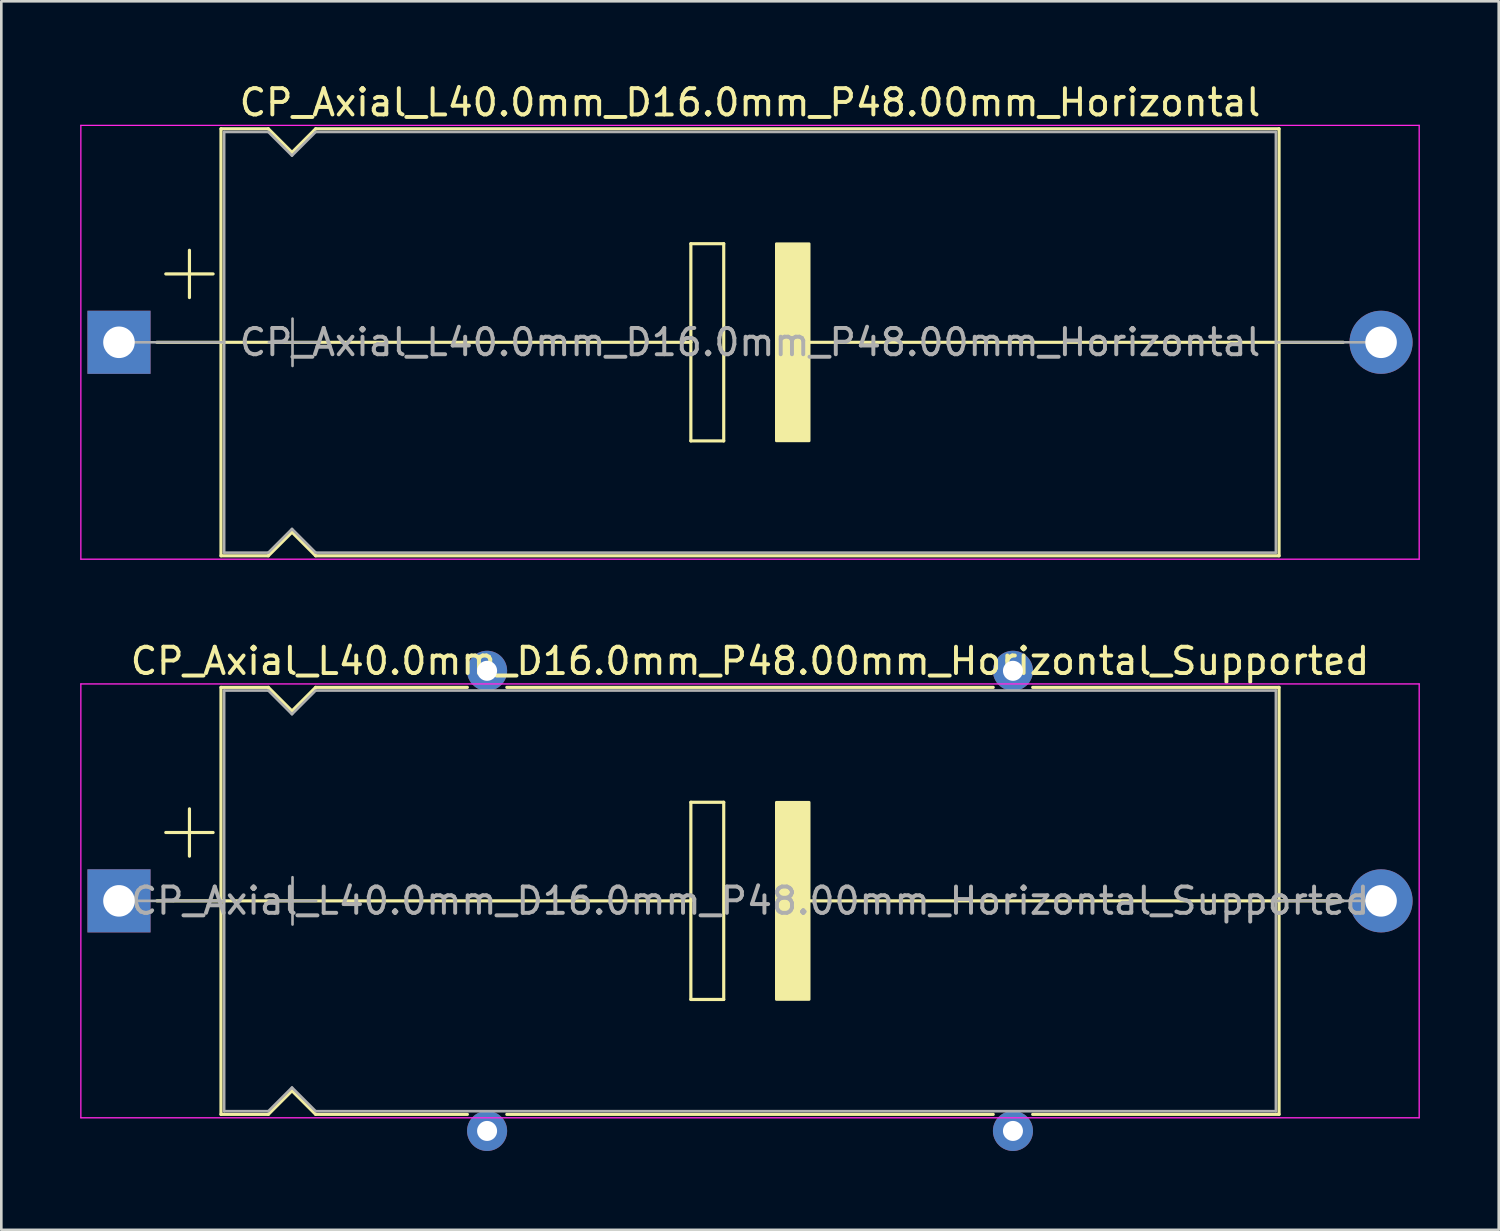
<source format=kicad_pcb>
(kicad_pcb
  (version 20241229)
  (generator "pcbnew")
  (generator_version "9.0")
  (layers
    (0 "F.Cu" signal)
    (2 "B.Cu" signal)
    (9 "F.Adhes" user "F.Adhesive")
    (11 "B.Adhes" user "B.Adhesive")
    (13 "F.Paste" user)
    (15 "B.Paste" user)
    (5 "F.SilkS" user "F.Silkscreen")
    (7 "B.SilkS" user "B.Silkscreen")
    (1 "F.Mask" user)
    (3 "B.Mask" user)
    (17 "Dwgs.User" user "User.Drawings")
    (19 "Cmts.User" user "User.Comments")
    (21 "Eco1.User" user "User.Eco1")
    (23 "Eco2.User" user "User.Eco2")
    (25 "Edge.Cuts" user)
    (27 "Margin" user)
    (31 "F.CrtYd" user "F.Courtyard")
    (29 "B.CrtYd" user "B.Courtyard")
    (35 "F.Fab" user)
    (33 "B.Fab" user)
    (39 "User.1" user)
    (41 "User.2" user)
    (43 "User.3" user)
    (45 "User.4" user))
  (footprint "CP_Axial_L40.0mm_D16.0mm_P48.00mm_Horizontal"
    (layer "F.Cu")
    (at 1.475 9.968)
    (property "Reference" "CP_Axial_L40.0mm_D16.0mm_P48.00mm_Horizontal" (at 24 -9.12 0) (layer "F.SilkS") (effects (font (size 1 1) (thickness 0.15))))
    (attr through_hole)
    (fp_line (start 1.44 0) (end 3.88 0) (stroke (width 0.12) (type solid)) (layer "F.SilkS"))
    (fp_line (start 1.78 -2.6) (end 3.58 -2.6) (stroke (width 0.12) (type solid)) (layer "F.SilkS"))
    (fp_line (start 2.68 -3.5) (end 2.68 -1.7) (stroke (width 0.12) (type solid)) (layer "F.SilkS"))
    (fp_line (start 3.873 0) (end 21.75 0) (stroke (width 0.12) (type solid)) (layer "F.SilkS"))
    (fp_line (start 3.88 -8.12) (end 3.88 8.12) (stroke (width 0.12) (type solid)) (layer "F.SilkS"))
    (fp_line (start 3.88 -8.12) (end 5.68 -8.12) (stroke (width 0.12) (type solid)) (layer "F.SilkS"))
    (fp_line (start 3.88 8.12) (end 5.68 8.12) (stroke (width 0.12) (type solid)) (layer "F.SilkS"))
    (fp_line (start 5.68 -8.12) (end 6.58 -7.22) (stroke (width 0.12) (type solid)) (layer "F.SilkS"))
    (fp_line (start 5.68 8.12) (end 6.58 7.22) (stroke (width 0.12) (type solid)) (layer "F.SilkS"))
    (fp_line (start 6.58 -7.22) (end 7.48 -8.12) (stroke (width 0.12) (type solid)) (layer "F.SilkS"))
    (fp_line (start 6.58 7.22) (end 7.48 8.12) (stroke (width 0.12) (type solid)) (layer "F.SilkS"))
    (fp_line (start 7.48 -8.12) (end 44.12 -8.12) (stroke (width 0.12) (type solid)) (layer "F.SilkS"))
    (fp_line (start 7.48 8.12) (end 44.12 8.12) (stroke (width 0.12) (type solid)) (layer "F.SilkS"))
    (fp_line (start 21.75 -3.75) (end 23 -3.75) (stroke (width 0.12) (type solid)) (layer "F.SilkS"))
    (fp_line (start 21.75 0) (end 21.75 -3.75) (stroke (width 0.12) (type solid)) (layer "F.SilkS"))
    (fp_line (start 21.75 3.75) (end 21.75 0) (stroke (width 0.12) (type solid)) (layer "F.SilkS"))
    (fp_line (start 23 -3.75) (end 23 3.75) (stroke (width 0.12) (type solid)) (layer "F.SilkS"))
    (fp_line (start 23 3.75) (end 21.75 3.75) (stroke (width 0.12) (type solid)) (layer "F.SilkS"))
    (fp_line (start 26.25 0) (end 44.133 0) (stroke (width 0.12) (type solid)) (layer "F.SilkS"))
    (fp_line (start 44.12 -8.12) (end 44.12 8.12) (stroke (width 0.12) (type solid)) (layer "F.SilkS"))
    (fp_line (start 46.56 0) (end 44.12 0) (stroke (width 0.12) (type solid)) (layer "F.SilkS"))
    (fp_poly (pts (xy 26.25 3.75) (xy 25 3.75) (xy 25 -3.75) (xy 26.25 -3.75)) (stroke (width 0.1) (type solid)) (fill yes) (layer "F.SilkS"))
    (fp_line (start -1.45 -8.25) (end -1.45 8.25) (stroke (width 0.05) (type solid)) (layer "F.CrtYd"))
    (fp_line (start -1.45 8.25) (end 49.45 8.25) (stroke (width 0.05) (type solid)) (layer "F.CrtYd"))
    (fp_line (start 49.45 -8.25) (end -1.45 -8.25) (stroke (width 0.05) (type solid)) (layer "F.CrtYd"))
    (fp_line (start 49.45 8.25) (end 49.45 -8.25) (stroke (width 0.05) (type solid)) (layer "F.CrtYd"))
    (fp_line (start 0 0) (end 4 0) (stroke (width 0.1) (type solid)) (layer "F.Fab"))
    (fp_line (start 4 -8) (end 4 8) (stroke (width 0.1) (type solid)) (layer "F.Fab"))
    (fp_line (start 4 -8) (end 5.68 -8) (stroke (width 0.1) (type solid)) (layer "F.Fab"))
    (fp_line (start 4 8) (end 5.68 8) (stroke (width 0.1) (type solid)) (layer "F.Fab"))
    (fp_line (start 5.68 -8) (end 6.58 -7.1) (stroke (width 0.1) (type solid)) (layer "F.Fab"))
    (fp_line (start 5.68 8) (end 6.58 7.1) (stroke (width 0.1) (type solid)) (layer "F.Fab"))
    (fp_line (start 5.7 0) (end 7.5 0) (stroke (width 0.1) (type solid)) (layer "F.Fab"))
    (fp_line (start 6.58 -7.1) (end 7.48 -8) (stroke (width 0.1) (type solid)) (layer "F.Fab"))
    (fp_line (start 6.58 7.1) (end 7.48 8) (stroke (width 0.1) (type solid)) (layer "F.Fab"))
    (fp_line (start 6.6 -0.9) (end 6.6 0.9) (stroke (width 0.1) (type solid)) (layer "F.Fab"))
    (fp_line (start 7.48 -8) (end 44 -8) (stroke (width 0.1) (type solid)) (layer "F.Fab"))
    (fp_line (start 7.48 8) (end 44 8) (stroke (width 0.1) (type solid)) (layer "F.Fab"))
    (fp_line (start 44 -8) (end 44 8) (stroke (width 0.1) (type solid)) (layer "F.Fab"))
    (fp_line (start 48 0) (end 44 0) (stroke (width 0.1) (type solid)) (layer "F.Fab"))
    (fp_text user "${REFERENCE}" (at 24 0 0) (layer "F.Fab") (effects (font (size 1 1) (thickness 0.15))))
    (pad "1" thru_hole rect (at 0 0) (size 2.4 2.4) (drill 1.2) (layers "*.Cu" "*.Mask"))
    (pad "2" thru_hole oval (at 48 0) (size 2.4 2.4) (drill 1.2) (layers "*.Cu" "*.Mask")))
  (footprint "CP_Axial_L40.0mm_D16.0mm_P48.00mm_Horizontal_Supported"
    (layer "F.Cu")
    (at 1.475 31.212)
    (property "Reference" "CP_Axial_L40.0mm_D16.0mm_P48.00mm_Horizontal_Supported" (at 24 -9.12 0) (layer "F.SilkS") (effects (font (size 1 1) (thickness 0.15))))
    (attr through_hole)
    (fp_line (start 1.44 0) (end 3.88 0) (stroke (width 0.12) (type solid)) (layer "F.SilkS"))
    (fp_line (start 1.78 -2.6) (end 3.58 -2.6) (stroke (width 0.12) (type solid)) (layer "F.SilkS"))
    (fp_line (start 2.68 -3.5) (end 2.68 -1.7) (stroke (width 0.12) (type solid)) (layer "F.SilkS"))
    (fp_line (start 3.88 -8.12) (end 3.88 8.12) (stroke (width 0.12) (type solid)) (layer "F.SilkS"))
    (fp_line (start 3.88 -8.12) (end 5.68 -8.12) (stroke (width 0.12) (type solid)) (layer "F.SilkS"))
    (fp_line (start 3.88 0) (end 21.75 0) (stroke (width 0.12) (type solid)) (layer "F.SilkS"))
    (fp_line (start 3.88 8.12) (end 5.68 8.12) (stroke (width 0.12) (type solid)) (layer "F.SilkS"))
    (fp_line (start 5.68 -8.12) (end 6.58 -7.22) (stroke (width 0.12) (type solid)) (layer "F.SilkS"))
    (fp_line (start 5.68 8.12) (end 6.58 7.22) (stroke (width 0.12) (type solid)) (layer "F.SilkS"))
    (fp_line (start 6.58 -7.22) (end 7.48 -8.12) (stroke (width 0.12) (type solid)) (layer "F.SilkS"))
    (fp_line (start 6.58 7.22) (end 7.48 8.12) (stroke (width 0.12) (type solid)) (layer "F.SilkS"))
    (fp_line (start 7.48 -8.12) (end 13.25 -8.12) (stroke (width 0.12) (type solid)) (layer "F.SilkS"))
    (fp_line (start 7.48 8.12) (end 13.25 8.12) (stroke (width 0.12) (type solid)) (layer "F.SilkS"))
    (fp_line (start 14.75 -8.12) (end 33.25 -8.12) (stroke (width 0.12) (type solid)) (layer "F.SilkS"))
    (fp_line (start 14.75 8.12) (end 33.25 8.12) (stroke (width 0.12) (type solid)) (layer "F.SilkS"))
    (fp_line (start 21.75 -3.75) (end 23 -3.75) (stroke (width 0.12) (type solid)) (layer "F.SilkS"))
    (fp_line (start 21.75 0) (end 21.75 -3.75) (stroke (width 0.12) (type solid)) (layer "F.SilkS"))
    (fp_line (start 21.75 3.75) (end 21.75 0) (stroke (width 0.12) (type solid)) (layer "F.SilkS"))
    (fp_line (start 23 -3.75) (end 23 3.75) (stroke (width 0.12) (type solid)) (layer "F.SilkS"))
    (fp_line (start 23 3.75) (end 21.75 3.75) (stroke (width 0.12) (type solid)) (layer "F.SilkS"))
    (fp_line (start 26.25 0) (end 44.12 0) (stroke (width 0.12) (type solid)) (layer "F.SilkS"))
    (fp_line (start 34.75 -8.12) (end 44.12 -8.12) (stroke (width 0.12) (type solid)) (layer "F.SilkS"))
    (fp_line (start 34.75 8.12) (end 44.12 8.12) (stroke (width 0.12) (type solid)) (layer "F.SilkS"))
    (fp_line (start 44.12 -8.12) (end 44.12 8.12) (stroke (width 0.12) (type solid)) (layer "F.SilkS"))
    (fp_line (start 46.56 0) (end 44.12 0) (stroke (width 0.12) (type solid)) (layer "F.SilkS"))
    (fp_poly (pts (xy 26.25 3.75) (xy 25 3.75) (xy 25 -3.75) (xy 26.25 -3.75)) (stroke (width 0.1) (type solid)) (fill yes) (layer "F.SilkS"))
    (fp_line (start -1.45 -8.25) (end -1.45 8.25) (stroke (width 0.05) (type solid)) (layer "F.CrtYd"))
    (fp_line (start -1.45 8.25) (end 49.45 8.25) (stroke (width 0.05) (type solid)) (layer "F.CrtYd"))
    (fp_line (start 49.45 -8.25) (end -1.45 -8.25) (stroke (width 0.05) (type solid)) (layer "F.CrtYd"))
    (fp_line (start 49.45 8.25) (end 49.45 -8.25) (stroke (width 0.05) (type solid)) (layer "F.CrtYd"))
    (fp_line (start 0 0) (end 4 0) (stroke (width 0.1) (type solid)) (layer "F.Fab"))
    (fp_line (start 4 -8) (end 4 8) (stroke (width 0.1) (type solid)) (layer "F.Fab"))
    (fp_line (start 4 -8) (end 5.68 -8) (stroke (width 0.1) (type solid)) (layer "F.Fab"))
    (fp_line (start 4 8) (end 5.68 8) (stroke (width 0.1) (type solid)) (layer "F.Fab"))
    (fp_line (start 5.68 -8) (end 6.58 -7.1) (stroke (width 0.1) (type solid)) (layer "F.Fab"))
    (fp_line (start 5.68 8) (end 6.58 7.1) (stroke (width 0.1) (type solid)) (layer "F.Fab"))
    (fp_line (start 5.7 0) (end 7.5 0) (stroke (width 0.1) (type solid)) (layer "F.Fab"))
    (fp_line (start 6.58 -7.1) (end 7.48 -8) (stroke (width 0.1) (type solid)) (layer "F.Fab"))
    (fp_line (start 6.58 7.1) (end 7.48 8) (stroke (width 0.1) (type solid)) (layer "F.Fab"))
    (fp_line (start 6.6 -0.9) (end 6.6 0.9) (stroke (width 0.1) (type solid)) (layer "F.Fab"))
    (fp_line (start 7.48 -8) (end 44 -8) (stroke (width 0.1) (type solid)) (layer "F.Fab"))
    (fp_line (start 7.48 8) (end 44 8) (stroke (width 0.1) (type solid)) (layer "F.Fab"))
    (fp_line (start 44 -8) (end 44 8) (stroke (width 0.1) (type solid)) (layer "F.Fab"))
    (fp_line (start 48 0) (end 44 0) (stroke (width 0.1) (type solid)) (layer "F.Fab"))
    (fp_text user "${REFERENCE}" (at 24 0 0) (layer "F.Fab") (effects (font (size 1 1) (thickness 0.15))))
    (pad "" thru_hole circle (at 14 -8.75) (size 1.524 1.524) (drill 0.762) (layers "*.Cu" "*.Mask"))
    (pad "" thru_hole circle (at 14 8.75) (size 1.524 1.524) (drill 0.762) (layers "*.Cu" "*.Mask"))
    (pad "" thru_hole circle (at 34 -8.75) (size 1.524 1.524) (drill 0.762) (layers "*.Cu" "*.Mask"))
    (pad "" thru_hole circle (at 34 8.75) (size 1.524 1.524) (drill 0.762) (layers "*.Cu" "*.Mask"))
    (pad "1" thru_hole rect (at 0 0) (size 2.4 2.4) (drill 1.2) (layers "*.Cu" "*.Mask"))
    (pad "2" thru_hole oval (at 48 0) (size 2.4 2.4) (drill 1.2) (layers "*.Cu" "*.Mask")))
  (gr_rect
    (start -3 -3)
    (end 53.95 43.724)
    (stroke (width 0.1) (type default))
    (fill no)
    (layer "Edge.Cuts")))
</source>
